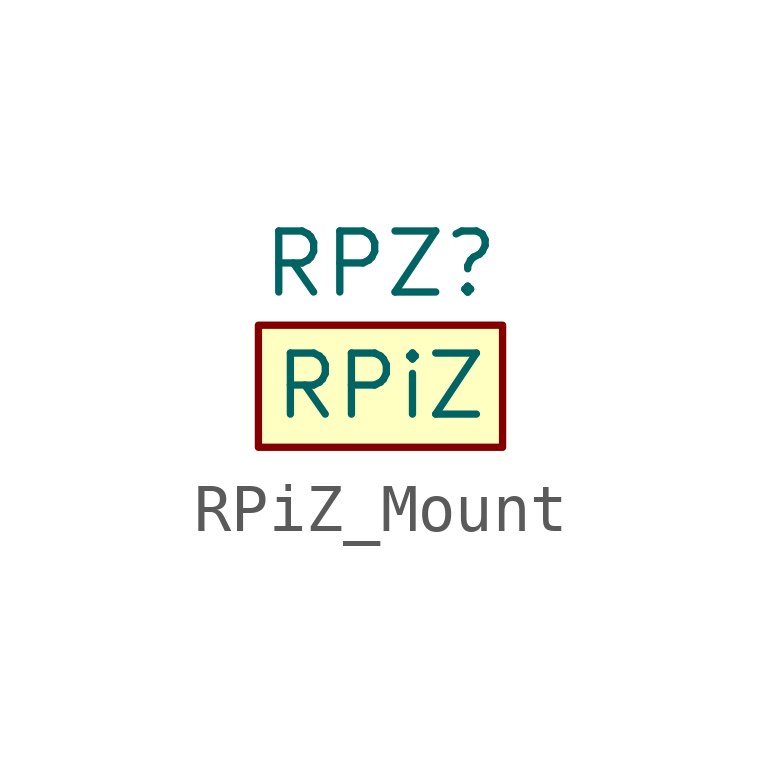
<source format=kicad_sym>
(kicad_symbol_lib
  (version 20220914)
  (generator kicad_symbol_editor)
  (symbol "RPiZ_Mount"
    (pin_numbers hide)
    (pin_names
      (offset 0) hide)
    (property "Reference" "RPZ"
      (at 0 2.54 0)
      (effects (font (size 1.27 1.27))))
    (property "Value" "RPiZ"
      (at 0 0 0)
      (effects (font (size 1.27 1.27))))
    (symbol "RPiZ_Mount_1_1"
      (rectangle (start -2.54 1.27) (end 2.54 -1.27) (stroke (width 0) (type default)) (fill (type background))))))
</source>
